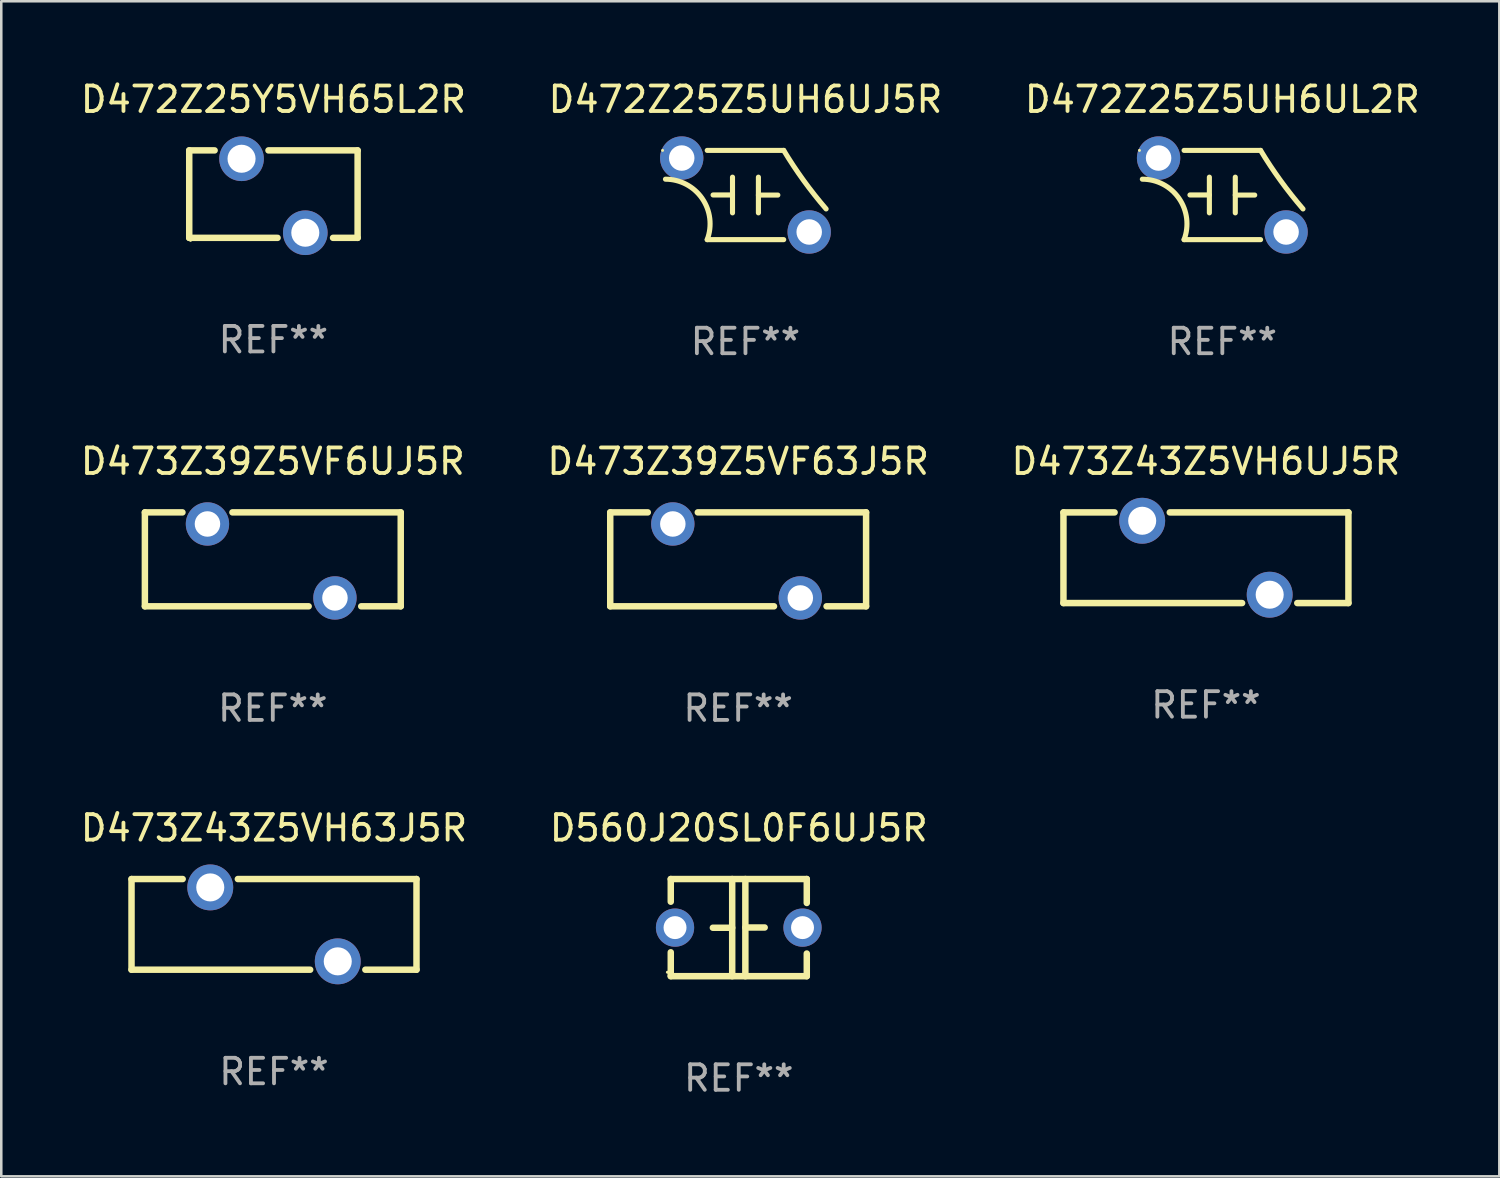
<source format=kicad_pcb>
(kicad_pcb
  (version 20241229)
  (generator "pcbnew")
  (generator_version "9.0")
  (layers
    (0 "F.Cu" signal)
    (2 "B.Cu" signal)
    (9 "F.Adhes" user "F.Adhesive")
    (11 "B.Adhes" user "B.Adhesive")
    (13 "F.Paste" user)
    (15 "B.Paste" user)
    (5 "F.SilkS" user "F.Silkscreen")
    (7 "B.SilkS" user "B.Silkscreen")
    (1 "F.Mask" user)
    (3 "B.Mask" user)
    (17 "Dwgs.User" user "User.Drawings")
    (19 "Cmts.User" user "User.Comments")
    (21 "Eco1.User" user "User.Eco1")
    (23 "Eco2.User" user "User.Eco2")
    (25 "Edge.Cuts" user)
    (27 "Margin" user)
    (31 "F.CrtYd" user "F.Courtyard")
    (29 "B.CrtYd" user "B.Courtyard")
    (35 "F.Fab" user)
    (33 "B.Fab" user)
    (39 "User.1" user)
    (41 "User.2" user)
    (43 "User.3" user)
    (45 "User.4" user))
  (footprint "D473Z39Z5VF6UJ5R"
    (layer "F.Cu")
    (at 7.649 18.886)
    (property "Reference" "D473Z39Z5VF6UJ5R" (at 0 -3.842 0) (layer "F.SilkS") (effects (font (size 1 1) (thickness 0.15))))
    (attr through_hole)
    (fp_line (start -5.017 -1.842) (end -3.544 -1.842) (stroke (width 0.254) (type solid)) (layer "F.SilkS"))
    (fp_line (start -5.017 1.842) (end -5.017 -1.842) (stroke (width 0.254) (type solid)) (layer "F.SilkS"))
    (fp_line (start -1.583 -1.842) (end 5.017 -1.842) (stroke (width 0.254) (type solid)) (layer "F.SilkS"))
    (fp_line (start 1.406 1.842) (end -5.017 1.842) (stroke (width 0.254) (type solid)) (layer "F.SilkS"))
    (fp_line (start 5.017 -1.842) (end 5.017 1.842) (stroke (width 0.254) (type solid)) (layer "F.SilkS"))
    (fp_line (start 5.017 1.842) (end 3.467 1.842) (stroke (width 0.254) (type solid)) (layer "F.SilkS"))
    (fp_circle (center -5.064 -1.687) (end -5.034 -1.687) (stroke (width 0.06) (type solid)) (fill no) (layer "F.SilkS"))
    (fp_text user "REF**" (at 0 5.842 0) (layer "F.Fab") (effects (font (size 1 1) (thickness 0.15))))
    (pad "1" thru_hole circle (at -2.563 -1.387) (size 1.7 1.7) (drill 1) (layers "*.Cu" "*.Mask"))
    (pad "2" thru_hole circle (at 2.437 1.514) (size 1.7 1.7) (drill 1) (layers "*.Cu" "*.Mask")))
  (footprint "D473Z39Z5VF63J5R"
    (layer "F.Cu")
    (at 25.899 18.886)
    (property "Reference" "D473Z39Z5VF63J5R" (at 0 -3.842 0) (layer "F.SilkS") (effects (font (size 1 1) (thickness 0.15))))
    (attr through_hole)
    (fp_line (start -5.017 -1.842) (end -3.544 -1.842) (stroke (width 0.254) (type solid)) (layer "F.SilkS"))
    (fp_line (start -5.017 1.842) (end -5.017 -1.842) (stroke (width 0.254) (type solid)) (layer "F.SilkS"))
    (fp_line (start -1.583 -1.842) (end 5.017 -1.842) (stroke (width 0.254) (type solid)) (layer "F.SilkS"))
    (fp_line (start 1.406 1.842) (end -5.017 1.842) (stroke (width 0.254) (type solid)) (layer "F.SilkS"))
    (fp_line (start 5.017 -1.842) (end 5.017 1.842) (stroke (width 0.254) (type solid)) (layer "F.SilkS"))
    (fp_line (start 5.017 1.842) (end 3.467 1.842) (stroke (width 0.254) (type solid)) (layer "F.SilkS"))
    (fp_circle (center -5.064 -1.687) (end -5.034 -1.687) (stroke (width 0.06) (type solid)) (fill no) (layer "F.SilkS"))
    (fp_text user "REF**" (at 0 5.842 0) (layer "F.Fab") (effects (font (size 1 1) (thickness 0.15))))
    (pad "1" thru_hole circle (at -2.563 -1.387) (size 1.7 1.7) (drill 1) (layers "*.Cu" "*.Mask"))
    (pad "2" thru_hole circle (at 2.437 1.514) (size 1.7 1.7) (drill 1) (layers "*.Cu" "*.Mask")))
  (footprint "D472Z25Z5UH6UJ5R"
    (layer "F.Cu")
    (at 26.185 4.598)
    (property "Reference" "D472Z25Z5UH6UJ5R" (at 0 -3.75 0) (layer "F.SilkS") (effects (font (size 1 1) (thickness 0.15))))
    (attr through_hole)
    (fp_line (start -1.5 1.75) (end 1.5 1.75) (stroke (width 0.2) (type solid)) (layer "F.SilkS"))
    (fp_line (start -0.508 -0.002) (end -1.27 -0.002) (stroke (width 0.2) (type solid)) (layer "F.SilkS"))
    (fp_line (start -0.508 0.7) (end -0.508 -0.7) (stroke (width 0.2) (type solid)) (layer "F.SilkS"))
    (fp_line (start 0.508 -0.7) (end 0.508 0.7) (stroke (width 0.2) (type solid)) (layer "F.SilkS"))
    (fp_line (start 0.508 0.002) (end 1.27 0.002) (stroke (width 0.2) (type solid)) (layer "F.SilkS"))
    (fp_line (start 1.5 -1.75) (end -1.5 -1.75) (stroke (width 0.2) (type solid)) (layer "F.SilkS"))
    (fp_arc (start -3.136906 -0.620549) (mid -1.697057 0.135649) (end -1.5 1.750013) (stroke (width 0.2) (type solid)) (layer "F.SilkS"))
    (fp_arc (start 3.163322 0.545847) (mid 2.283076 -0.566884) (end 1.5 -1.750013) (stroke (width 0.2) (type solid)) (layer "F.SilkS"))
    (fp_circle (center -3.25 -1.75) (end -3.22 -1.75) (stroke (width 0.06) (type solid)) (fill no) (layer "F.SilkS"))
    (fp_text user "REF**" (at 0 5.75 0) (layer "F.Fab") (effects (font (size 1 1) (thickness 0.15))))
    (pad "1" thru_hole circle (at -2.5 -1.45) (size 1.7 1.7) (drill 1) (layers "*.Cu" "*.Mask"))
    (pad "2" thru_hole circle (at 2.5 1.45) (size 1.7 1.7) (drill 1) (layers "*.Cu" "*.Mask")))
  (footprint "D560J20SL0F6UJ5R"
    (layer "F.Cu")
    (at 25.923 33.329)
    (property "Reference" "D560J20SL0F6UJ5R" (at 0 -3.905 0) (layer "F.SilkS") (effects (font (size 1 1) (thickness 0.15))))
    (attr through_hole)
    (fp_line (start -2.667 -1.905) (end -2.667 -1.016) (stroke (width 0.254) (type solid)) (layer "F.SilkS"))
    (fp_line (start -2.667 0.967) (end -2.667 1.905) (stroke (width 0.254) (type solid)) (layer "F.SilkS"))
    (fp_line (start -2.667 1.905) (end 2.667 1.905) (stroke (width 0.254) (type solid)) (layer "F.SilkS"))
    (fp_line (start -0.258 0.005) (end -1.016 0.005) (stroke (width 0.254) (type solid)) (layer "F.SilkS"))
    (fp_line (start -0.258 1.905) (end -0.258 -1.905) (stroke (width 0.254) (type solid)) (layer "F.SilkS"))
    (fp_line (start 0.258 -1.905) (end 0.258 1.905) (stroke (width 0.254) (type solid)) (layer "F.SilkS"))
    (fp_line (start 0.258 -0.005) (end 1.016 -0.005) (stroke (width 0.254) (type solid)) (layer "F.SilkS"))
    (fp_line (start 2.667 -1.905) (end -2.667 -1.905) (stroke (width 0.254) (type solid)) (layer "F.SilkS"))
    (fp_line (start 2.667 -0.967) (end 2.667 -1.905) (stroke (width 0.254) (type solid)) (layer "F.SilkS"))
    (fp_line (start 2.667 1.905) (end 2.667 1.016) (stroke (width 0.254) (type solid)) (layer "F.SilkS"))
    (fp_circle (center -2.8 1.75) (end -2.77 1.75) (stroke (width 0.06) (type solid)) (fill no) (layer "F.SilkS"))
    (fp_text user "REF**" (at 0 5.905 0) (layer "F.Fab") (effects (font (size 1 1) (thickness 0.15))))
    (pad "1" thru_hole circle (at -2.5 0) (size 1.5 1.5) (drill 0.9) (layers "*.Cu" "*.Mask"))
    (pad "2" thru_hole circle (at 2.5 0) (size 1.5 1.5) (drill 0.9) (layers "*.Cu" "*.Mask")))
  (footprint "D473Z43Z5VH63J5R"
    (layer "F.Cu")
    (at 7.696 33.202)
    (property "Reference" "D473Z43Z5VH63J5R" (at 0 -3.778 0) (layer "F.SilkS") (effects (font (size 1 1) (thickness 0.15))))
    (attr through_hole)
    (fp_line (start -5.588 -1.778) (end -3.582 -1.778) (stroke (width 0.254) (type solid)) (layer "F.SilkS"))
    (fp_line (start -5.588 1.778) (end -5.588 -1.778) (stroke (width 0.254) (type solid)) (layer "F.SilkS"))
    (fp_line (start -1.418 -1.778) (end 5.588 -1.778) (stroke (width 0.254) (type solid)) (layer "F.SilkS"))
    (fp_line (start 1.418 1.778) (end -5.588 1.778) (stroke (width 0.254) (type solid)) (layer "F.SilkS"))
    (fp_line (start 5.588 -1.778) (end 5.588 1.778) (stroke (width 0.254) (type solid)) (layer "F.SilkS"))
    (fp_line (start 5.588 1.778) (end 3.582 1.778) (stroke (width 0.254) (type solid)) (layer "F.SilkS"))
    (fp_circle (center -5.5 -1.75) (end -5.47 -1.75) (stroke (width 0.06) (type solid)) (fill no) (layer "F.SilkS"))
    (fp_text user "REF**" (at 0 5.778 0) (layer "F.Fab") (effects (font (size 1 1) (thickness 0.15))))
    (pad "1" thru_hole circle (at -2.5 -1.45) (size 1.8 1.8) (drill 1.1) (layers "*.Cu" "*.Mask"))
    (pad "2" thru_hole circle (at 2.5 1.45) (size 1.8 1.8) (drill 1.1) (layers "*.Cu" "*.Mask")))
  (footprint "D472Z25Y5VH65L2R"
    (layer "F.Cu")
    (at 7.673 4.563)
    (property "Reference" "D472Z25Y5VH65L2R" (at 0 -3.715 0) (layer "F.SilkS") (effects (font (size 1 1) (thickness 0.15))))
    (attr through_hole)
    (fp_line (start -3.302 -1.715) (end -2.306 -1.715) (stroke (width 0.254) (type solid)) (layer "F.SilkS"))
    (fp_line (start -3.302 1.715) (end -3.302 -1.715) (stroke (width 0.254) (type solid)) (layer "F.SilkS"))
    (fp_line (start -0.194 -1.715) (end 3.302 -1.715) (stroke (width 0.254) (type solid)) (layer "F.SilkS"))
    (fp_line (start 0.162 1.715) (end -3.302 1.715) (stroke (width 0.254) (type solid)) (layer "F.SilkS"))
    (fp_line (start 3.302 -1.715) (end 3.302 1.715) (stroke (width 0.254) (type solid)) (layer "F.SilkS"))
    (fp_line (start 3.302 1.715) (end 2.338 1.715) (stroke (width 0.254) (type solid)) (layer "F.SilkS"))
    (fp_circle (center -3.25 1.814) (end -3.22 1.814) (stroke (width 0.06) (type solid)) (fill no) (layer "F.SilkS"))
    (fp_text user "REF**" (at 0 5.715 0) (layer "F.Fab") (effects (font (size 1 1) (thickness 0.15))))
    (pad "1" thru_hole circle (at -1.25 -1.387) (size 1.75 1.75) (drill 1.1) (layers "*.Cu" "*.Mask"))
    (pad "2" thru_hole circle (at 1.25 1.514) (size 1.75 1.75) (drill 1.1) (layers "*.Cu" "*.Mask")))
  (footprint "D472Z25Z5UH6UL2R"
    (layer "F.Cu")
    (at 44.887 4.598)
    (property "Reference" "D472Z25Z5UH6UL2R" (at 0 -3.75 0) (layer "F.SilkS") (effects (font (size 1 1) (thickness 0.15))))
    (attr through_hole)
    (fp_line (start -1.5 1.75) (end 1.5 1.75) (stroke (width 0.2) (type solid)) (layer "F.SilkS"))
    (fp_line (start -0.508 -0.002) (end -1.27 -0.002) (stroke (width 0.2) (type solid)) (layer "F.SilkS"))
    (fp_line (start -0.508 0.7) (end -0.508 -0.7) (stroke (width 0.2) (type solid)) (layer "F.SilkS"))
    (fp_line (start 0.508 -0.7) (end 0.508 0.7) (stroke (width 0.2) (type solid)) (layer "F.SilkS"))
    (fp_line (start 0.508 0.002) (end 1.27 0.002) (stroke (width 0.2) (type solid)) (layer "F.SilkS"))
    (fp_line (start 1.5 -1.75) (end -1.5 -1.75) (stroke (width 0.2) (type solid)) (layer "F.SilkS"))
    (fp_arc (start -3.136906 -0.620549) (mid -1.697057 0.135649) (end -1.5 1.750013) (stroke (width 0.2) (type solid)) (layer "F.SilkS"))
    (fp_arc (start 3.163322 0.545847) (mid 2.283076 -0.566884) (end 1.5 -1.750013) (stroke (width 0.2) (type solid)) (layer "F.SilkS"))
    (fp_circle (center -3.25 -1.75) (end -3.22 -1.75) (stroke (width 0.06) (type solid)) (fill no) (layer "F.SilkS"))
    (fp_text user "REF**" (at 0 5.75 0) (layer "F.Fab") (effects (font (size 1 1) (thickness 0.15))))
    (pad "1" thru_hole circle (at -2.5 -1.45) (size 1.7 1.7) (drill 1) (layers "*.Cu" "*.Mask"))
    (pad "2" thru_hole circle (at 2.5 1.45) (size 1.7 1.7) (drill 1) (layers "*.Cu" "*.Mask")))
  (footprint "D473Z43Z5VH6UJ5R"
    (layer "F.Cu")
    (at 44.244 18.823)
    (property "Reference" "D473Z43Z5VH6UJ5R" (at 0 -3.778 0) (layer "F.SilkS") (effects (font (size 1 1) (thickness 0.15))))
    (attr through_hole)
    (fp_line (start -5.588 -1.778) (end -3.582 -1.778) (stroke (width 0.254) (type solid)) (layer "F.SilkS"))
    (fp_line (start -5.588 1.778) (end -5.588 -1.778) (stroke (width 0.254) (type solid)) (layer "F.SilkS"))
    (fp_line (start -1.418 -1.778) (end 5.588 -1.778) (stroke (width 0.254) (type solid)) (layer "F.SilkS"))
    (fp_line (start 1.418 1.778) (end -5.588 1.778) (stroke (width 0.254) (type solid)) (layer "F.SilkS"))
    (fp_line (start 5.588 -1.778) (end 5.588 1.778) (stroke (width 0.254) (type solid)) (layer "F.SilkS"))
    (fp_line (start 5.588 1.778) (end 3.582 1.778) (stroke (width 0.254) (type solid)) (layer "F.SilkS"))
    (fp_circle (center -5.5 -1.75) (end -5.47 -1.75) (stroke (width 0.06) (type solid)) (fill no) (layer "F.SilkS"))
    (fp_text user "REF**" (at 0 5.778 0) (layer "F.Fab") (effects (font (size 1 1) (thickness 0.15))))
    (pad "1" thru_hole circle (at -2.5 -1.45) (size 1.8 1.8) (drill 1.1) (layers "*.Cu" "*.Mask"))
    (pad "2" thru_hole circle (at 2.5 1.45) (size 1.8 1.8) (drill 1.1) (layers "*.Cu" "*.Mask")))
  (gr_rect
    (start -3 -3)
    (end 55.75 43.083)
    (stroke (width 0.1) (type default))
    (fill no)
    (layer "Edge.Cuts")))
</source>
